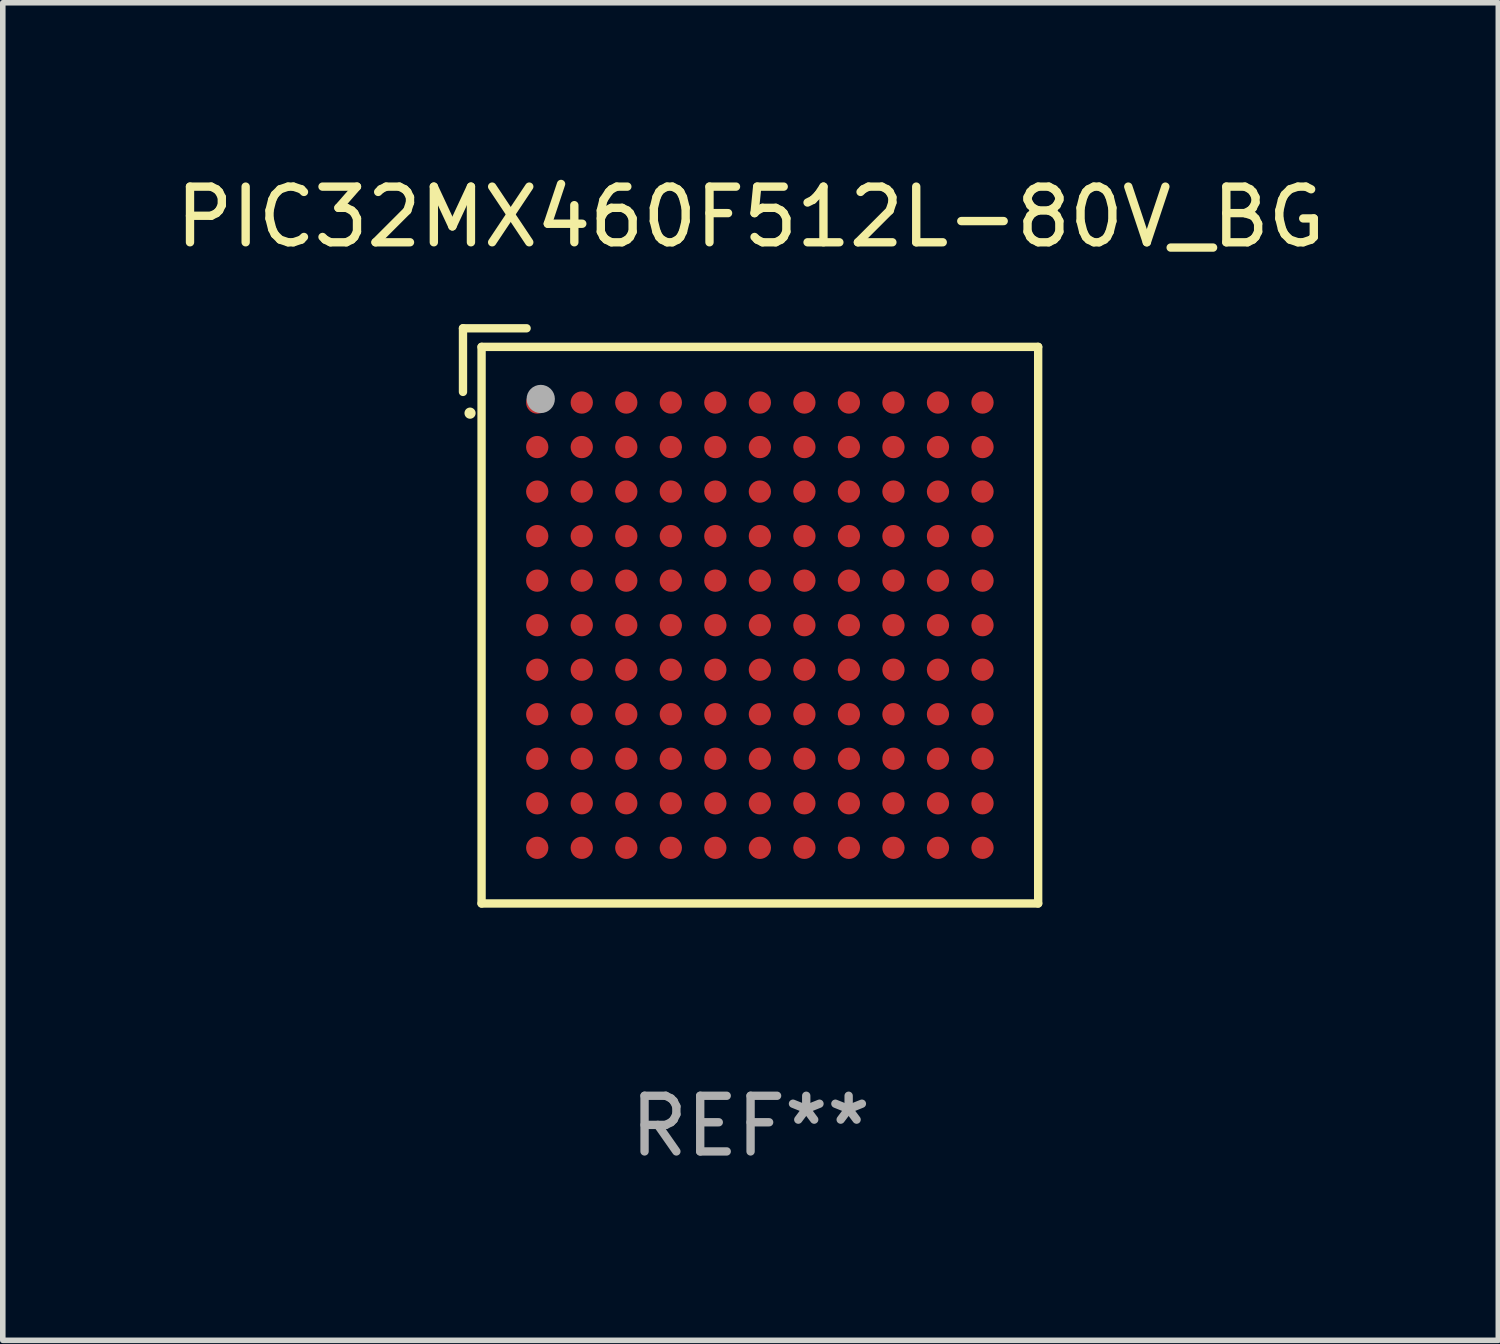
<source format=kicad_pcb>
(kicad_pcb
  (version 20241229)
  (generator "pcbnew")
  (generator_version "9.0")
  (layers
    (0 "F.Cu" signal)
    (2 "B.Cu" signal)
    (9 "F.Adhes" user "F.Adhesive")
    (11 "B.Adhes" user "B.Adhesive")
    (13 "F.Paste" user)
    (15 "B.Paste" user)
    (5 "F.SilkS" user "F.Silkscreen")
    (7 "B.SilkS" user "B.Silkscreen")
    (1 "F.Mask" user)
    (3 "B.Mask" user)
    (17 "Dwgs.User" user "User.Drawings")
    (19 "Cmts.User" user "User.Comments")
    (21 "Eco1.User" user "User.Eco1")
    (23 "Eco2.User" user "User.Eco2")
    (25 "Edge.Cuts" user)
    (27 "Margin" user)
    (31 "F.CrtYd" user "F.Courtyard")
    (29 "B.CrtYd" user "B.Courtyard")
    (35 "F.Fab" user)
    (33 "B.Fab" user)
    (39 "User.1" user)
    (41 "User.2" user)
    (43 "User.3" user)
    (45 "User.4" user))
  (footprint "PIC32MX460F512L-80V_BG"
    (layer "F.Cu")
    (at 10.435 8.015)
    (property "Reference" "PIC32MX460F512L-80V_BG" (at 0 -7.167 0) (layer "F.SilkS") (effects (font (size 1 1) (thickness 0.15))))
    (attr through_hole)
    (fp_line (start -5.167 -5.167) (end -5.167 -4.024) (stroke (width 0.15) (type solid)) (layer "F.SilkS"))
    (fp_line (start -4.833 -4.833) (end 5.167 -4.833) (stroke (width 0.15) (type solid)) (layer "F.SilkS"))
    (fp_line (start -4.833 5.167) (end -4.833 -4.833) (stroke (width 0.15) (type solid)) (layer "F.SilkS"))
    (fp_line (start -4.024 -5.167) (end -5.167 -5.167) (stroke (width 0.15) (type solid)) (layer "F.SilkS"))
    (fp_line (start 5.167 -4.833) (end 5.167 5.167) (stroke (width 0.15) (type solid)) (layer "F.SilkS"))
    (fp_line (start 5.167 5.167) (end -4.833 5.167) (stroke (width 0.15) (type solid)) (layer "F.SilkS"))
    (fp_arc (start -5.040005 -3.641732) (mid -5.040007 -3.642367) (end -5.040005 -3.643002) (stroke (width 0.2) (type solid)) (layer "F.SilkS"))
    (fp_circle (center -4.833 -4.833) (end -4.803 -4.833) (stroke (width 0.06) (type solid)) (fill no) (layer "F.SilkS"))
    (fp_circle (center -3.77 -3.897) (end -3.643 -3.897) (stroke (width 0.254) (type solid)) (fill no) (layer "F.Fab"))
    (fp_text user "REF**" (at 0 9.167 0) (layer "F.Fab") (effects (font (size 1 1) (thickness 0.15))))
    (pad "A1" smd circle (at -3.833 -3.833) (size 0.4 0.4) (layers "F.Cu" "F.Mask" "F.Paste"))
    (pad "A2" smd circle (at -3.033 -3.833) (size 0.4 0.4) (layers "F.Cu" "F.Mask" "F.Paste"))
    (pad "A3" smd circle (at -2.233 -3.833) (size 0.4 0.4) (layers "F.Cu" "F.Mask" "F.Paste"))
    (pad "A4" smd circle (at -1.433 -3.833) (size 0.4 0.4) (layers "F.Cu" "F.Mask" "F.Paste"))
    (pad "A5" smd circle (at -0.633 -3.833) (size 0.4 0.4) (layers "F.Cu" "F.Mask" "F.Paste"))
    (pad "A6" smd circle (at 0.167 -3.833) (size 0.4 0.4) (layers "F.Cu" "F.Mask" "F.Paste"))
    (pad "A7" smd circle (at 0.967 -3.833) (size 0.4 0.4) (layers "F.Cu" "F.Mask" "F.Paste"))
    (pad "A8" smd circle (at 1.767 -3.833) (size 0.4 0.4) (layers "F.Cu" "F.Mask" "F.Paste"))
    (pad "A9" smd circle (at 2.567 -3.833) (size 0.4 0.4) (layers "F.Cu" "F.Mask" "F.Paste"))
    (pad "A10" smd circle (at 3.367 -3.833) (size 0.4 0.4) (layers "F.Cu" "F.Mask" "F.Paste"))
    (pad "A11" smd circle (at 4.167 -3.833) (size 0.4 0.4) (layers "F.Cu" "F.Mask" "F.Paste"))
    (pad "B1" smd circle (at -3.833 -3.033) (size 0.4 0.4) (layers "F.Cu" "F.Mask" "F.Paste"))
    (pad "B2" smd circle (at -3.033 -3.033) (size 0.4 0.4) (layers "F.Cu" "F.Mask" "F.Paste"))
    (pad "B3" smd circle (at -2.233 -3.033) (size 0.4 0.4) (layers "F.Cu" "F.Mask" "F.Paste"))
    (pad "B4" smd circle (at -1.433 -3.033) (size 0.4 0.4) (layers "F.Cu" "F.Mask" "F.Paste"))
    (pad "B5" smd circle (at -0.633 -3.033) (size 0.4 0.4) (layers "F.Cu" "F.Mask" "F.Paste"))
    (pad "B6" smd circle (at 0.167 -3.033) (size 0.4 0.4) (layers "F.Cu" "F.Mask" "F.Paste"))
    (pad "B7" smd circle (at 0.967 -3.033) (size 0.4 0.4) (layers "F.Cu" "F.Mask" "F.Paste"))
    (pad "B8" smd circle (at 1.767 -3.033) (size 0.4 0.4) (layers "F.Cu" "F.Mask" "F.Paste"))
    (pad "B9" smd circle (at 2.567 -3.033) (size 0.4 0.4) (layers "F.Cu" "F.Mask" "F.Paste"))
    (pad "B10" smd circle (at 3.367 -3.033) (size 0.4 0.4) (layers "F.Cu" "F.Mask" "F.Paste"))
    (pad "B11" smd circle (at 4.167 -3.033) (size 0.4 0.4) (layers "F.Cu" "F.Mask" "F.Paste"))
    (pad "C1" smd circle (at -3.833 -2.233) (size 0.4 0.4) (layers "F.Cu" "F.Mask" "F.Paste"))
    (pad "C2" smd circle (at -3.033 -2.233) (size 0.4 0.4) (layers "F.Cu" "F.Mask" "F.Paste"))
    (pad "C3" smd circle (at -2.233 -2.233) (size 0.4 0.4) (layers "F.Cu" "F.Mask" "F.Paste"))
    (pad "C4" smd circle (at -1.433 -2.233) (size 0.4 0.4) (layers "F.Cu" "F.Mask" "F.Paste"))
    (pad "C5" smd circle (at -0.633 -2.233) (size 0.4 0.4) (layers "F.Cu" "F.Mask" "F.Paste"))
    (pad "C6" smd circle (at 0.167 -2.233) (size 0.4 0.4) (layers "F.Cu" "F.Mask" "F.Paste"))
    (pad "C7" smd circle (at 0.967 -2.233) (size 0.4 0.4) (layers "F.Cu" "F.Mask" "F.Paste"))
    (pad "C8" smd circle (at 1.767 -2.233) (size 0.4 0.4) (layers "F.Cu" "F.Mask" "F.Paste"))
    (pad "C9" smd circle (at 2.567 -2.233) (size 0.4 0.4) (layers "F.Cu" "F.Mask" "F.Paste"))
    (pad "C10" smd circle (at 3.367 -2.233) (size 0.4 0.4) (layers "F.Cu" "F.Mask" "F.Paste"))
    (pad "C11" smd circle (at 4.167 -2.233) (size 0.4 0.4) (layers "F.Cu" "F.Mask" "F.Paste"))
    (pad "D1" smd circle (at -3.833 -1.433) (size 0.4 0.4) (layers "F.Cu" "F.Mask" "F.Paste"))
    (pad "D2" smd circle (at -3.033 -1.433) (size 0.4 0.4) (layers "F.Cu" "F.Mask" "F.Paste"))
    (pad "D3" smd circle (at -2.233 -1.433) (size 0.4 0.4) (layers "F.Cu" "F.Mask" "F.Paste"))
    (pad "D4" smd circle (at -1.433 -1.433) (size 0.4 0.4) (layers "F.Cu" "F.Mask" "F.Paste"))
    (pad "D5" smd circle (at -0.633 -1.433) (size 0.4 0.4) (layers "F.Cu" "F.Mask" "F.Paste"))
    (pad "D6" smd circle (at 0.167 -1.433) (size 0.4 0.4) (layers "F.Cu" "F.Mask" "F.Paste"))
    (pad "D7" smd circle (at 0.967 -1.433) (size 0.4 0.4) (layers "F.Cu" "F.Mask" "F.Paste"))
    (pad "D8" smd circle (at 1.767 -1.433) (size 0.4 0.4) (layers "F.Cu" "F.Mask" "F.Paste"))
    (pad "D9" smd circle (at 2.567 -1.433) (size 0.4 0.4) (layers "F.Cu" "F.Mask" "F.Paste"))
    (pad "D10" smd circle (at 3.367 -1.433) (size 0.4 0.4) (layers "F.Cu" "F.Mask" "F.Paste"))
    (pad "D11" smd circle (at 4.167 -1.433) (size 0.4 0.4) (layers "F.Cu" "F.Mask" "F.Paste"))
    (pad "E1" smd circle (at -3.833 -0.633) (size 0.4 0.4) (layers "F.Cu" "F.Mask" "F.Paste"))
    (pad "E2" smd circle (at -3.033 -0.633) (size 0.4 0.4) (layers "F.Cu" "F.Mask" "F.Paste"))
    (pad "E3" smd circle (at -2.233 -0.633) (size 0.4 0.4) (layers "F.Cu" "F.Mask" "F.Paste"))
    (pad "E4" smd circle (at -1.433 -0.633) (size 0.4 0.4) (layers "F.Cu" "F.Mask" "F.Paste"))
    (pad "E5" smd circle (at -0.633 -0.633) (size 0.4 0.4) (layers "F.Cu" "F.Mask" "F.Paste"))
    (pad "E6" smd circle (at 0.167 -0.633) (size 0.4 0.4) (layers "F.Cu" "F.Mask" "F.Paste"))
    (pad "E7" smd circle (at 0.967 -0.633) (size 0.4 0.4) (layers "F.Cu" "F.Mask" "F.Paste"))
    (pad "E8" smd circle (at 1.767 -0.633) (size 0.4 0.4) (layers "F.Cu" "F.Mask" "F.Paste"))
    (pad "E9" smd circle (at 2.567 -0.633) (size 0.4 0.4) (layers "F.Cu" "F.Mask" "F.Paste"))
    (pad "E10" smd circle (at 3.367 -0.633) (size 0.4 0.4) (layers "F.Cu" "F.Mask" "F.Paste"))
    (pad "E11" smd circle (at 4.167 -0.633) (size 0.4 0.4) (layers "F.Cu" "F.Mask" "F.Paste"))
    (pad "F1" smd circle (at -3.833 0.167) (size 0.4 0.4) (layers "F.Cu" "F.Mask" "F.Paste"))
    (pad "F2" smd circle (at -3.033 0.167) (size 0.4 0.4) (layers "F.Cu" "F.Mask" "F.Paste"))
    (pad "F3" smd circle (at -2.233 0.167) (size 0.4 0.4) (layers "F.Cu" "F.Mask" "F.Paste"))
    (pad "F4" smd circle (at -1.433 0.167) (size 0.4 0.4) (layers "F.Cu" "F.Mask" "F.Paste"))
    (pad "F5" smd circle (at -0.633 0.167) (size 0.4 0.4) (layers "F.Cu" "F.Mask" "F.Paste"))
    (pad "F6" smd circle (at 0.167 0.167) (size 0.4 0.4) (layers "F.Cu" "F.Mask" "F.Paste"))
    (pad "F7" smd circle (at 0.967 0.167) (size 0.4 0.4) (layers "F.Cu" "F.Mask" "F.Paste"))
    (pad "F8" smd circle (at 1.767 0.167) (size 0.4 0.4) (layers "F.Cu" "F.Mask" "F.Paste"))
    (pad "F9" smd circle (at 2.567 0.167) (size 0.4 0.4) (layers "F.Cu" "F.Mask" "F.Paste"))
    (pad "F10" smd circle (at 3.367 0.167) (size 0.4 0.4) (layers "F.Cu" "F.Mask" "F.Paste"))
    (pad "F11" smd circle (at 4.167 0.167) (size 0.4 0.4) (layers "F.Cu" "F.Mask" "F.Paste"))
    (pad "G1" smd circle (at -3.833 0.967) (size 0.4 0.4) (layers "F.Cu" "F.Mask" "F.Paste"))
    (pad "G2" smd circle (at -3.033 0.967) (size 0.4 0.4) (layers "F.Cu" "F.Mask" "F.Paste"))
    (pad "G3" smd circle (at -2.233 0.967) (size 0.4 0.4) (layers "F.Cu" "F.Mask" "F.Paste"))
    (pad "G4" smd circle (at -1.433 0.967) (size 0.4 0.4) (layers "F.Cu" "F.Mask" "F.Paste"))
    (pad "G5" smd circle (at -0.633 0.967) (size 0.4 0.4) (layers "F.Cu" "F.Mask" "F.Paste"))
    (pad "G6" smd circle (at 0.167 0.967) (size 0.4 0.4) (layers "F.Cu" "F.Mask" "F.Paste"))
    (pad "G7" smd circle (at 0.967 0.967) (size 0.4 0.4) (layers "F.Cu" "F.Mask" "F.Paste"))
    (pad "G8" smd circle (at 1.767 0.967) (size 0.4 0.4) (layers "F.Cu" "F.Mask" "F.Paste"))
    (pad "G9" smd circle (at 2.567 0.967) (size 0.4 0.4) (layers "F.Cu" "F.Mask" "F.Paste"))
    (pad "G10" smd circle (at 3.367 0.967) (size 0.4 0.4) (layers "F.Cu" "F.Mask" "F.Paste"))
    (pad "G11" smd circle (at 4.167 0.967) (size 0.4 0.4) (layers "F.Cu" "F.Mask" "F.Paste"))
    (pad "H1" smd circle (at -3.833 1.767) (size 0.4 0.4) (layers "F.Cu" "F.Mask" "F.Paste"))
    (pad "H2" smd circle (at -3.033 1.767) (size 0.4 0.4) (layers "F.Cu" "F.Mask" "F.Paste"))
    (pad "H3" smd circle (at -2.233 1.767) (size 0.4 0.4) (layers "F.Cu" "F.Mask" "F.Paste"))
    (pad "H4" smd circle (at -1.433 1.767) (size 0.4 0.4) (layers "F.Cu" "F.Mask" "F.Paste"))
    (pad "H5" smd circle (at -0.633 1.767) (size 0.4 0.4) (layers "F.Cu" "F.Mask" "F.Paste"))
    (pad "H6" smd circle (at 0.167 1.767) (size 0.4 0.4) (layers "F.Cu" "F.Mask" "F.Paste"))
    (pad "H7" smd circle (at 0.967 1.767) (size 0.4 0.4) (layers "F.Cu" "F.Mask" "F.Paste"))
    (pad "H8" smd circle (at 1.767 1.767) (size 0.4 0.4) (layers "F.Cu" "F.Mask" "F.Paste"))
    (pad "H9" smd circle (at 2.567 1.767) (size 0.4 0.4) (layers "F.Cu" "F.Mask" "F.Paste"))
    (pad "H10" smd circle (at 3.367 1.767) (size 0.4 0.4) (layers "F.Cu" "F.Mask" "F.Paste"))
    (pad "H11" smd circle (at 4.167 1.767) (size 0.4 0.4) (layers "F.Cu" "F.Mask" "F.Paste"))
    (pad "J1" smd circle (at -3.833 2.567) (size 0.4 0.4) (layers "F.Cu" "F.Mask" "F.Paste"))
    (pad "J2" smd circle (at -3.033 2.567) (size 0.4 0.4) (layers "F.Cu" "F.Mask" "F.Paste"))
    (pad "J3" smd circle (at -2.233 2.567) (size 0.4 0.4) (layers "F.Cu" "F.Mask" "F.Paste"))
    (pad "J4" smd circle (at -1.433 2.567) (size 0.4 0.4) (layers "F.Cu" "F.Mask" "F.Paste"))
    (pad "J5" smd circle (at -0.633 2.567) (size 0.4 0.4) (layers "F.Cu" "F.Mask" "F.Paste"))
    (pad "J6" smd circle (at 0.167 2.567) (size 0.4 0.4) (layers "F.Cu" "F.Mask" "F.Paste"))
    (pad "J7" smd circle (at 0.967 2.567) (size 0.4 0.4) (layers "F.Cu" "F.Mask" "F.Paste"))
    (pad "J8" smd circle (at 1.767 2.567) (size 0.4 0.4) (layers "F.Cu" "F.Mask" "F.Paste"))
    (pad "J9" smd circle (at 2.567 2.567) (size 0.4 0.4) (layers "F.Cu" "F.Mask" "F.Paste"))
    (pad "J10" smd circle (at 3.367 2.567) (size 0.4 0.4) (layers "F.Cu" "F.Mask" "F.Paste"))
    (pad "J11" smd circle (at 4.167 2.567) (size 0.4 0.4) (layers "F.Cu" "F.Mask" "F.Paste"))
    (pad "K1" smd circle (at -3.833 3.367) (size 0.4 0.4) (layers "F.Cu" "F.Mask" "F.Paste"))
    (pad "K2" smd circle (at -3.033 3.367) (size 0.4 0.4) (layers "F.Cu" "F.Mask" "F.Paste"))
    (pad "K3" smd circle (at -2.233 3.367) (size 0.4 0.4) (layers "F.Cu" "F.Mask" "F.Paste"))
    (pad "K4" smd circle (at -1.433 3.367) (size 0.4 0.4) (layers "F.Cu" "F.Mask" "F.Paste"))
    (pad "K5" smd circle (at -0.633 3.367) (size 0.4 0.4) (layers "F.Cu" "F.Mask" "F.Paste"))
    (pad "K6" smd circle (at 0.167 3.367) (size 0.4 0.4) (layers "F.Cu" "F.Mask" "F.Paste"))
    (pad "K7" smd circle (at 0.967 3.367) (size 0.4 0.4) (layers "F.Cu" "F.Mask" "F.Paste"))
    (pad "K8" smd circle (at 1.767 3.367) (size 0.4 0.4) (layers "F.Cu" "F.Mask" "F.Paste"))
    (pad "K9" smd circle (at 2.567 3.367) (size 0.4 0.4) (layers "F.Cu" "F.Mask" "F.Paste"))
    (pad "K10" smd circle (at 3.367 3.367) (size 0.4 0.4) (layers "F.Cu" "F.Mask" "F.Paste"))
    (pad "K11" smd circle (at 4.167 3.367) (size 0.4 0.4) (layers "F.Cu" "F.Mask" "F.Paste"))
    (pad "L1" smd circle (at -3.833 4.167) (size 0.4 0.4) (layers "F.Cu" "F.Mask" "F.Paste"))
    (pad "L2" smd circle (at -3.033 4.167) (size 0.4 0.4) (layers "F.Cu" "F.Mask" "F.Paste"))
    (pad "L3" smd circle (at -2.233 4.167) (size 0.4 0.4) (layers "F.Cu" "F.Mask" "F.Paste"))
    (pad "L4" smd circle (at -1.433 4.167) (size 0.4 0.4) (layers "F.Cu" "F.Mask" "F.Paste"))
    (pad "L5" smd circle (at -0.633 4.167) (size 0.4 0.4) (layers "F.Cu" "F.Mask" "F.Paste"))
    (pad "L6" smd circle (at 0.167 4.167) (size 0.4 0.4) (layers "F.Cu" "F.Mask" "F.Paste"))
    (pad "L7" smd circle (at 0.967 4.167) (size 0.4 0.4) (layers "F.Cu" "F.Mask" "F.Paste"))
    (pad "L8" smd circle (at 1.767 4.167) (size 0.4 0.4) (layers "F.Cu" "F.Mask" "F.Paste"))
    (pad "L9" smd circle (at 2.567 4.167) (size 0.4 0.4) (layers "F.Cu" "F.Mask" "F.Paste"))
    (pad "L10" smd circle (at 3.367 4.167) (size 0.4 0.4) (layers "F.Cu" "F.Mask" "F.Paste"))
    (pad "L11" smd circle (at 4.167 4.167) (size 0.4 0.4) (layers "F.Cu" "F.Mask" "F.Paste")))
  (gr_rect
    (start -3 -3)
    (end 23.869 21.031)
    (stroke (width 0.1) (type default))
    (fill no)
    (layer "Edge.Cuts")))
</source>
